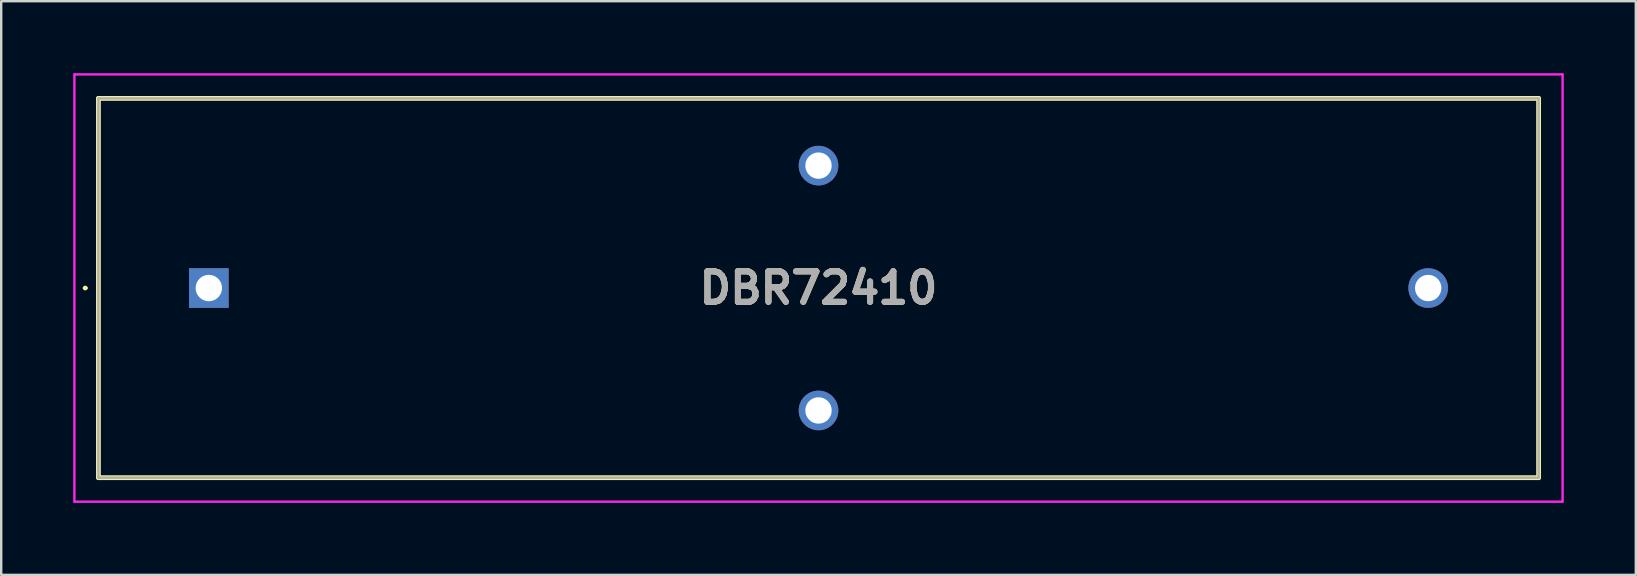
<source format=kicad_pcb>
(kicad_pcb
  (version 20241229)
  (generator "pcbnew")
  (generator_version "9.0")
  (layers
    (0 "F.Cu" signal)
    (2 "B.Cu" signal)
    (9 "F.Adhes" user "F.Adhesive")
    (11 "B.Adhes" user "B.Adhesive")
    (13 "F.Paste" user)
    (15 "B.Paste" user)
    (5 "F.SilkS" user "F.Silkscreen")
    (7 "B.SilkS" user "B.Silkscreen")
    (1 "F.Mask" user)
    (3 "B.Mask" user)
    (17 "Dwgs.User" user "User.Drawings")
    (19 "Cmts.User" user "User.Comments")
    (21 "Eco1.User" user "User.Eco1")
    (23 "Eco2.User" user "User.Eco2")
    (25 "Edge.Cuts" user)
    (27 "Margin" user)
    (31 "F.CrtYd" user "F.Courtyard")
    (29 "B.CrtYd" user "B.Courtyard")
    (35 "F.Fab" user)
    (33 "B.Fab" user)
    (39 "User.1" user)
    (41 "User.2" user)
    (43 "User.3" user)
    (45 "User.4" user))
  (footprint "DBR72410"
    (layer "F.Cu")
    (at 5.65 8.95)
    (property "Reference" "DBR72410" (at 25.4 0 0) (layer "F.SilkS") (effects (font (size 1.27 1.27) (thickness 0.254))))
    (attr through_hole)
    (fp_line (start -5.2 0) (end -5.2 0) (stroke (width 0.1) (type solid)) (layer "F.SilkS"))
    (fp_line (start -5.1 0) (end -5.1 0) (stroke (width 0.1) (type solid)) (layer "F.SilkS"))
    (fp_line (start -4.6 -7.9) (end -4.6 7.9) (stroke (width 0.2) (type solid)) (layer "F.SilkS"))
    (fp_line (start -4.6 7.9) (end 55.4 7.9) (stroke (width 0.2) (type solid)) (layer "F.SilkS"))
    (fp_line (start 55.4 -7.9) (end -4.6 -7.9) (stroke (width 0.2) (type solid)) (layer "F.SilkS"))
    (fp_line (start 55.4 7.9) (end 55.4 -7.9) (stroke (width 0.2) (type solid)) (layer "F.SilkS"))
    (fp_arc (start -5.2 0) (mid -5.15 -0.05) (end -5.1 0) (stroke (width 0.1) (type solid)) (layer "F.SilkS"))
    (fp_arc (start -5.1 0) (mid -5.15 0.05) (end -5.2 0) (stroke (width 0.1) (type solid)) (layer "F.SilkS"))
    (fp_line (start -5.6 -8.9) (end -5.6 8.9) (stroke (width 0.1) (type solid)) (layer "F.CrtYd"))
    (fp_line (start -5.6 8.9) (end 56.4 8.9) (stroke (width 0.1) (type solid)) (layer "F.CrtYd"))
    (fp_line (start 56.4 -8.9) (end -5.6 -8.9) (stroke (width 0.1) (type solid)) (layer "F.CrtYd"))
    (fp_line (start 56.4 8.9) (end 56.4 -8.9) (stroke (width 0.1) (type solid)) (layer "F.CrtYd"))
    (fp_line (start -4.6 -7.9) (end -4.6 7.9) (stroke (width 0.1) (type solid)) (layer "F.Fab"))
    (fp_line (start -4.6 7.9) (end 55.4 7.9) (stroke (width 0.1) (type solid)) (layer "F.Fab"))
    (fp_line (start 55.4 -7.9) (end -4.6 -7.9) (stroke (width 0.1) (type solid)) (layer "F.Fab"))
    (fp_line (start 55.4 7.9) (end 55.4 -7.9) (stroke (width 0.1) (type solid)) (layer "F.Fab"))
    (fp_text user "${REFERENCE}" (at 25.4 0 0) (layer "F.Fab") (effects (font (size 1.27 1.27) (thickness 0.254))))
    (pad "1" thru_hole rect (at 0 0) (size 1.65 1.65) (drill 1.1) (layers "*.Cu" "*.Mask"))
    (pad "2" thru_hole circle (at 50.8 0) (size 1.65 1.65) (drill 1.1) (layers "*.Cu" "*.Mask"))
    (pad "3" thru_hole circle (at 25.4 5.1) (size 1.65 1.65) (drill 1.1) (layers "*.Cu" "*.Mask"))
    (pad "4" thru_hole circle (at 25.4 -5.1) (size 1.65 1.65) (drill 1.1) (layers "*.Cu" "*.Mask")))
  (gr_rect
    (start -3 -3)
    (end 65.1 20.9)
    (stroke (width 0.1) (type default))
    (fill no)
    (layer "Edge.Cuts")))
</source>
